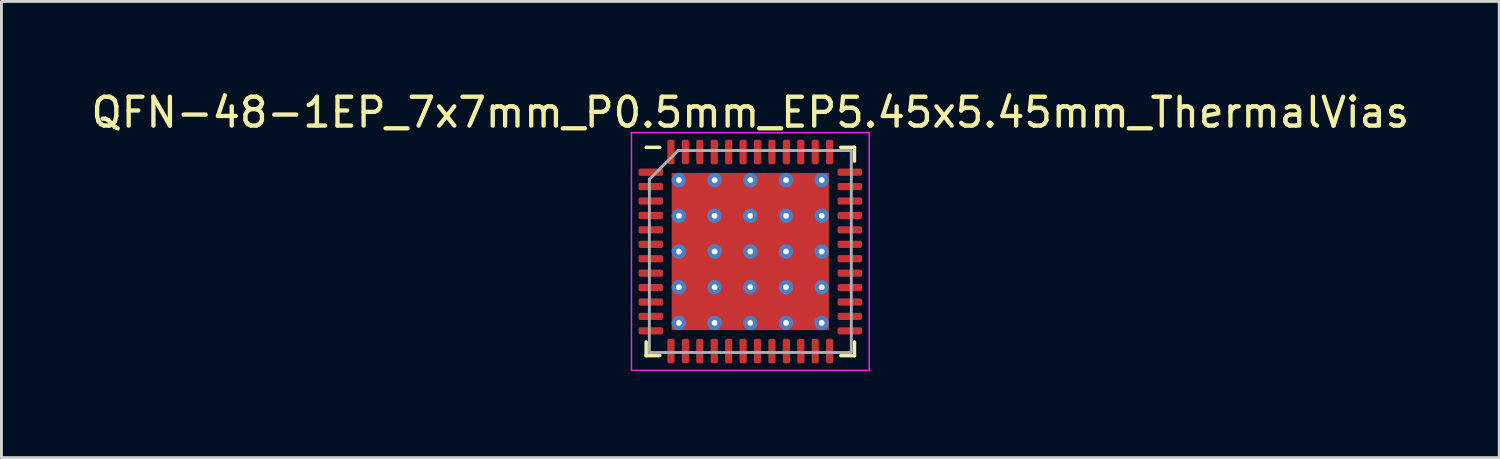
<source format=kicad_pcb>
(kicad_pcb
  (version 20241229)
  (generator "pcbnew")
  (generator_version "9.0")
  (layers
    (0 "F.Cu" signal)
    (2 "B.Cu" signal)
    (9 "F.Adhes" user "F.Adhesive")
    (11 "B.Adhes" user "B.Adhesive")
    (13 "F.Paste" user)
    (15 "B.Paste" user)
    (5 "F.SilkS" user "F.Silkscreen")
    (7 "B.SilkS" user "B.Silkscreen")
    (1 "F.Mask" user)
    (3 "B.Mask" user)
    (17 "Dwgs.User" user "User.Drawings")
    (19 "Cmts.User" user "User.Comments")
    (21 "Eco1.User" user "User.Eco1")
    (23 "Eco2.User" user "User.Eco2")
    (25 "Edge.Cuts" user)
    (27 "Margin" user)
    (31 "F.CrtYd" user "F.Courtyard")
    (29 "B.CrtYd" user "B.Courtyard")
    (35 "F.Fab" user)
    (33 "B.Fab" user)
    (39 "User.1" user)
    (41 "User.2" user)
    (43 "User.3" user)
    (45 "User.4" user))
  (footprint "QFN-48-1EP_7x7mm_P0.5mm_EP5.45x5.45mm_ThermalVias"
    (layer "F.Cu")
    (at 22.958 5.668)
    (property "Reference" "QFN-48-1EP_7x7mm_P0.5mm_EP5.45x5.45mm_ThermalVias" (at 0 -4.82 0) (layer "F.SilkS") (effects (font (size 1 1) (thickness 0.15))))
    (attr smd)
    (fp_line (start -3.61 3.61) (end -3.61 3.135) (stroke (width 0.12) (type solid)) (layer "F.SilkS"))
    (fp_line (start -3.135 -3.61) (end -3.61 -3.61) (stroke (width 0.12) (type solid)) (layer "F.SilkS"))
    (fp_line (start -3.135 3.61) (end -3.61 3.61) (stroke (width 0.12) (type solid)) (layer "F.SilkS"))
    (fp_line (start 3.135 -3.61) (end 3.61 -3.61) (stroke (width 0.12) (type solid)) (layer "F.SilkS"))
    (fp_line (start 3.135 3.61) (end 3.61 3.61) (stroke (width 0.12) (type solid)) (layer "F.SilkS"))
    (fp_line (start 3.61 -3.61) (end 3.61 -3.135) (stroke (width 0.12) (type solid)) (layer "F.SilkS"))
    (fp_line (start 3.61 3.61) (end 3.61 3.135) (stroke (width 0.12) (type solid)) (layer "F.SilkS"))
    (fp_line (start -4.12 -4.12) (end -4.12 4.12) (stroke (width 0.05) (type solid)) (layer "F.CrtYd"))
    (fp_line (start -4.12 4.12) (end 4.12 4.12) (stroke (width 0.05) (type solid)) (layer "F.CrtYd"))
    (fp_line (start 4.12 -4.12) (end -4.12 -4.12) (stroke (width 0.05) (type solid)) (layer "F.CrtYd"))
    (fp_line (start 4.12 4.12) (end 4.12 -4.12) (stroke (width 0.05) (type solid)) (layer "F.CrtYd"))
    (fp_line (start -3.5 -2.5) (end -2.5 -3.5) (stroke (width 0.1) (type solid)) (layer "F.Fab"))
    (fp_line (start -3.5 3.5) (end -3.5 -2.5) (stroke (width 0.1) (type solid)) (layer "F.Fab"))
    (fp_line (start -2.5 -3.5) (end 3.5 -3.5) (stroke (width 0.1) (type solid)) (layer "F.Fab"))
    (fp_line (start 3.5 -3.5) (end 3.5 3.5) (stroke (width 0.1) (type solid)) (layer "F.Fab"))
    (fp_line (start 3.5 3.5) (end -3.5 3.5) (stroke (width 0.1) (type solid)) (layer "F.Fab"))
    (pad "" smd roundrect (at -1.856 -1.856) (size 1.098 1.098) (layers "F.Paste") (roundrect_rratio 0.228))
    (pad "" smd roundrect (at -1.856 -0.619) (size 1.098 1.098) (layers "F.Paste") (roundrect_rratio 0.228))
    (pad "" smd roundrect (at -1.856 0.619) (size 1.098 1.098) (layers "F.Paste") (roundrect_rratio 0.228))
    (pad "" smd roundrect (at -1.856 1.856) (size 1.098 1.098) (layers "F.Paste") (roundrect_rratio 0.228))
    (pad "" smd roundrect (at -0.619 -1.856) (size 1.098 1.098) (layers "F.Paste") (roundrect_rratio 0.228))
    (pad "" smd roundrect (at -0.619 -0.619) (size 1.098 1.098) (layers "F.Paste") (roundrect_rratio 0.228))
    (pad "" smd roundrect (at -0.619 0.619) (size 1.098 1.098) (layers "F.Paste") (roundrect_rratio 0.228))
    (pad "" smd roundrect (at -0.619 1.856) (size 1.098 1.098) (layers "F.Paste") (roundrect_rratio 0.228))
    (pad "" smd roundrect (at 0.619 -1.856) (size 1.098 1.098) (layers "F.Paste") (roundrect_rratio 0.228))
    (pad "" smd roundrect (at 0.619 -0.619) (size 1.098 1.098) (layers "F.Paste") (roundrect_rratio 0.228))
    (pad "" smd roundrect (at 0.619 0.619) (size 1.098 1.098) (layers "F.Paste") (roundrect_rratio 0.228))
    (pad "" smd roundrect (at 0.619 1.856) (size 1.098 1.098) (layers "F.Paste") (roundrect_rratio 0.228))
    (pad "" smd roundrect (at 1.856 -1.856) (size 1.098 1.098) (layers "F.Paste") (roundrect_rratio 0.228))
    (pad "" smd roundrect (at 1.856 -0.619) (size 1.098 1.098) (layers "F.Paste") (roundrect_rratio 0.228))
    (pad "" smd roundrect (at 1.856 0.619) (size 1.098 1.098) (layers "F.Paste") (roundrect_rratio 0.228))
    (pad "" smd roundrect (at 1.856 1.856) (size 1.098 1.098) (layers "F.Paste") (roundrect_rratio 0.228))
    (pad "1" smd roundrect (at -3.45 -2.75) (size 0.85 0.25) (layers "F.Cu" "F.Mask" "F.Paste") (roundrect_rratio 0.25))
    (pad "2" smd roundrect (at -3.45 -2.25) (size 0.85 0.25) (layers "F.Cu" "F.Mask" "F.Paste") (roundrect_rratio 0.25))
    (pad "3" smd roundrect (at -3.45 -1.75) (size 0.85 0.25) (layers "F.Cu" "F.Mask" "F.Paste") (roundrect_rratio 0.25))
    (pad "4" smd roundrect (at -3.45 -1.25) (size 0.85 0.25) (layers "F.Cu" "F.Mask" "F.Paste") (roundrect_rratio 0.25))
    (pad "5" smd roundrect (at -3.45 -0.75) (size 0.85 0.25) (layers "F.Cu" "F.Mask" "F.Paste") (roundrect_rratio 0.25))
    (pad "6" smd roundrect (at -3.45 -0.25) (size 0.85 0.25) (layers "F.Cu" "F.Mask" "F.Paste") (roundrect_rratio 0.25))
    (pad "7" smd roundrect (at -3.45 0.25) (size 0.85 0.25) (layers "F.Cu" "F.Mask" "F.Paste") (roundrect_rratio 0.25))
    (pad "8" smd roundrect (at -3.45 0.75) (size 0.85 0.25) (layers "F.Cu" "F.Mask" "F.Paste") (roundrect_rratio 0.25))
    (pad "9" smd roundrect (at -3.45 1.25) (size 0.85 0.25) (layers "F.Cu" "F.Mask" "F.Paste") (roundrect_rratio 0.25))
    (pad "10" smd roundrect (at -3.45 1.75) (size 0.85 0.25) (layers "F.Cu" "F.Mask" "F.Paste") (roundrect_rratio 0.25))
    (pad "11" smd roundrect (at -3.45 2.25) (size 0.85 0.25) (layers "F.Cu" "F.Mask" "F.Paste") (roundrect_rratio 0.25))
    (pad "12" smd roundrect (at -3.45 2.75) (size 0.85 0.25) (layers "F.Cu" "F.Mask" "F.Paste") (roundrect_rratio 0.25))
    (pad "13" smd roundrect (at -2.75 3.45) (size 0.25 0.85) (layers "F.Cu" "F.Mask" "F.Paste") (roundrect_rratio 0.25))
    (pad "14" smd roundrect (at -2.25 3.45) (size 0.25 0.85) (layers "F.Cu" "F.Mask" "F.Paste") (roundrect_rratio 0.25))
    (pad "15" smd roundrect (at -1.75 3.45) (size 0.25 0.85) (layers "F.Cu" "F.Mask" "F.Paste") (roundrect_rratio 0.25))
    (pad "16" smd roundrect (at -1.25 3.45) (size 0.25 0.85) (layers "F.Cu" "F.Mask" "F.Paste") (roundrect_rratio 0.25))
    (pad "17" smd roundrect (at -0.75 3.45) (size 0.25 0.85) (layers "F.Cu" "F.Mask" "F.Paste") (roundrect_rratio 0.25))
    (pad "18" smd roundrect (at -0.25 3.45) (size 0.25 0.85) (layers "F.Cu" "F.Mask" "F.Paste") (roundrect_rratio 0.25))
    (pad "19" smd roundrect (at 0.25 3.45) (size 0.25 0.85) (layers "F.Cu" "F.Mask" "F.Paste") (roundrect_rratio 0.25))
    (pad "20" smd roundrect (at 0.75 3.45) (size 0.25 0.85) (layers "F.Cu" "F.Mask" "F.Paste") (roundrect_rratio 0.25))
    (pad "21" smd roundrect (at 1.25 3.45) (size 0.25 0.85) (layers "F.Cu" "F.Mask" "F.Paste") (roundrect_rratio 0.25))
    (pad "22" smd roundrect (at 1.75 3.45) (size 0.25 0.85) (layers "F.Cu" "F.Mask" "F.Paste") (roundrect_rratio 0.25))
    (pad "23" smd roundrect (at 2.25 3.45) (size 0.25 0.85) (layers "F.Cu" "F.Mask" "F.Paste") (roundrect_rratio 0.25))
    (pad "24" smd roundrect (at 2.75 3.45) (size 0.25 0.85) (layers "F.Cu" "F.Mask" "F.Paste") (roundrect_rratio 0.25))
    (pad "25" smd roundrect (at 3.45 2.75) (size 0.85 0.25) (layers "F.Cu" "F.Mask" "F.Paste") (roundrect_rratio 0.25))
    (pad "26" smd roundrect (at 3.45 2.25) (size 0.85 0.25) (layers "F.Cu" "F.Mask" "F.Paste") (roundrect_rratio 0.25))
    (pad "27" smd roundrect (at 3.45 1.75) (size 0.85 0.25) (layers "F.Cu" "F.Mask" "F.Paste") (roundrect_rratio 0.25))
    (pad "28" smd roundrect (at 3.45 1.25) (size 0.85 0.25) (layers "F.Cu" "F.Mask" "F.Paste") (roundrect_rratio 0.25))
    (pad "29" smd roundrect (at 3.45 0.75) (size 0.85 0.25) (layers "F.Cu" "F.Mask" "F.Paste") (roundrect_rratio 0.25))
    (pad "30" smd roundrect (at 3.45 0.25) (size 0.85 0.25) (layers "F.Cu" "F.Mask" "F.Paste") (roundrect_rratio 0.25))
    (pad "31" smd roundrect (at 3.45 -0.25) (size 0.85 0.25) (layers "F.Cu" "F.Mask" "F.Paste") (roundrect_rratio 0.25))
    (pad "32" smd roundrect (at 3.45 -0.75) (size 0.85 0.25) (layers "F.Cu" "F.Mask" "F.Paste") (roundrect_rratio 0.25))
    (pad "33" smd roundrect (at 3.45 -1.25) (size 0.85 0.25) (layers "F.Cu" "F.Mask" "F.Paste") (roundrect_rratio 0.25))
    (pad "34" smd roundrect (at 3.45 -1.75) (size 0.85 0.25) (layers "F.Cu" "F.Mask" "F.Paste") (roundrect_rratio 0.25))
    (pad "35" smd roundrect (at 3.45 -2.25) (size 0.85 0.25) (layers "F.Cu" "F.Mask" "F.Paste") (roundrect_rratio 0.25))
    (pad "36" smd roundrect (at 3.45 -2.75) (size 0.85 0.25) (layers "F.Cu" "F.Mask" "F.Paste") (roundrect_rratio 0.25))
    (pad "37" smd roundrect (at 2.75 -3.45) (size 0.25 0.85) (layers "F.Cu" "F.Mask" "F.Paste") (roundrect_rratio 0.25))
    (pad "38" smd roundrect (at 2.25 -3.45) (size 0.25 0.85) (layers "F.Cu" "F.Mask" "F.Paste") (roundrect_rratio 0.25))
    (pad "39" smd roundrect (at 1.75 -3.45) (size 0.25 0.85) (layers "F.Cu" "F.Mask" "F.Paste") (roundrect_rratio 0.25))
    (pad "40" smd roundrect (at 1.25 -3.45) (size 0.25 0.85) (layers "F.Cu" "F.Mask" "F.Paste") (roundrect_rratio 0.25))
    (pad "41" smd roundrect (at 0.75 -3.45) (size 0.25 0.85) (layers "F.Cu" "F.Mask" "F.Paste") (roundrect_rratio 0.25))
    (pad "42" smd roundrect (at 0.25 -3.45) (size 0.25 0.85) (layers "F.Cu" "F.Mask" "F.Paste") (roundrect_rratio 0.25))
    (pad "43" smd roundrect (at -0.25 -3.45) (size 0.25 0.85) (layers "F.Cu" "F.Mask" "F.Paste") (roundrect_rratio 0.25))
    (pad "44" smd roundrect (at -0.75 -3.45) (size 0.25 0.85) (layers "F.Cu" "F.Mask" "F.Paste") (roundrect_rratio 0.25))
    (pad "45" smd roundrect (at -1.25 -3.45) (size 0.25 0.85) (layers "F.Cu" "F.Mask" "F.Paste") (roundrect_rratio 0.25))
    (pad "46" smd roundrect (at -1.75 -3.45) (size 0.25 0.85) (layers "F.Cu" "F.Mask" "F.Paste") (roundrect_rratio 0.25))
    (pad "47" smd roundrect (at -2.25 -3.45) (size 0.25 0.85) (layers "F.Cu" "F.Mask" "F.Paste") (roundrect_rratio 0.25))
    (pad "48" smd roundrect (at -2.75 -3.45) (size 0.25 0.85) (layers "F.Cu" "F.Mask" "F.Paste") (roundrect_rratio 0.25))
    (pad "49" thru_hole circle (at -2.475 -2.475) (size 0.5 0.5) (drill 0.2) (property pad_prop_heatsink) (layers "*.Cu") (remove_unused_layers yes) (keep_end_layers yes) (zone_layer_connections))
    (pad "49" thru_hole circle (at -2.475 -1.238) (size 0.5 0.5) (drill 0.2) (property pad_prop_heatsink) (layers "*.Cu") (remove_unused_layers yes) (keep_end_layers yes) (zone_layer_connections))
    (pad "49" thru_hole circle (at -2.475 0) (size 0.5 0.5) (drill 0.2) (property pad_prop_heatsink) (layers "*.Cu") (remove_unused_layers yes) (keep_end_layers yes) (zone_layer_connections))
    (pad "49" thru_hole circle (at -2.475 1.238) (size 0.5 0.5) (drill 0.2) (property pad_prop_heatsink) (layers "*.Cu") (remove_unused_layers yes) (keep_end_layers yes) (zone_layer_connections))
    (pad "49" thru_hole circle (at -2.475 2.475) (size 0.5 0.5) (drill 0.2) (property pad_prop_heatsink) (layers "*.Cu") (remove_unused_layers yes) (keep_end_layers yes) (zone_layer_connections))
    (pad "49" thru_hole circle (at -1.238 -2.475) (size 0.5 0.5) (drill 0.2) (property pad_prop_heatsink) (layers "*.Cu") (remove_unused_layers yes) (keep_end_layers yes) (zone_layer_connections))
    (pad "49" thru_hole circle (at -1.238 -1.238) (size 0.5 0.5) (drill 0.2) (property pad_prop_heatsink) (layers "*.Cu") (remove_unused_layers yes) (keep_end_layers yes) (zone_layer_connections))
    (pad "49" thru_hole circle (at -1.238 0) (size 0.5 0.5) (drill 0.2) (property pad_prop_heatsink) (layers "*.Cu") (remove_unused_layers yes) (keep_end_layers yes) (zone_layer_connections))
    (pad "49" thru_hole circle (at -1.238 1.238) (size 0.5 0.5) (drill 0.2) (property pad_prop_heatsink) (layers "*.Cu") (remove_unused_layers yes) (keep_end_layers yes) (zone_layer_connections))
    (pad "49" thru_hole circle (at -1.238 2.475) (size 0.5 0.5) (drill 0.2) (property pad_prop_heatsink) (layers "*.Cu") (remove_unused_layers yes) (keep_end_layers yes) (zone_layer_connections))
    (pad "49" thru_hole circle (at 0 -2.475) (size 0.5 0.5) (drill 0.2) (property pad_prop_heatsink) (layers "*.Cu") (remove_unused_layers yes) (keep_end_layers yes) (zone_layer_connections))
    (pad "49" thru_hole circle (at 0 -1.238) (size 0.5 0.5) (drill 0.2) (property pad_prop_heatsink) (layers "*.Cu") (remove_unused_layers yes) (keep_end_layers yes) (zone_layer_connections))
    (pad "49" thru_hole circle (at 0 0) (size 0.5 0.5) (drill 0.2) (property pad_prop_heatsink) (layers "*.Cu") (remove_unused_layers yes) (keep_end_layers yes) (zone_layer_connections))
    (pad "49" smd custom (at 0 0) (size 5.45 5.45) (layers "F.Cu" "F.Mask") (options (anchor rect)) (primitives (gr_bbox (start -0.75 -0.75) (end 0.75 0.75) (fill no))))
    (pad "49" thru_hole circle (at 0 1.238) (size 0.5 0.5) (drill 0.2) (property pad_prop_heatsink) (layers "*.Cu") (remove_unused_layers yes) (keep_end_layers yes) (zone_layer_connections))
    (pad "49" thru_hole circle (at 0 2.475) (size 0.5 0.5) (drill 0.2) (property pad_prop_heatsink) (layers "*.Cu") (remove_unused_layers yes) (keep_end_layers yes) (zone_layer_connections))
    (pad "49" thru_hole circle (at 1.238 -2.475) (size 0.5 0.5) (drill 0.2) (property pad_prop_heatsink) (layers "*.Cu") (remove_unused_layers yes) (keep_end_layers yes) (zone_layer_connections))
    (pad "49" thru_hole circle (at 1.238 -1.238) (size 0.5 0.5) (drill 0.2) (property pad_prop_heatsink) (layers "*.Cu") (remove_unused_layers yes) (keep_end_layers yes) (zone_layer_connections))
    (pad "49" thru_hole circle (at 1.238 0) (size 0.5 0.5) (drill 0.2) (property pad_prop_heatsink) (layers "*.Cu") (remove_unused_layers yes) (keep_end_layers yes) (zone_layer_connections))
    (pad "49" thru_hole circle (at 1.238 1.238) (size 0.5 0.5) (drill 0.2) (property pad_prop_heatsink) (layers "*.Cu") (remove_unused_layers yes) (keep_end_layers yes) (zone_layer_connections))
    (pad "49" thru_hole circle (at 1.238 2.475) (size 0.5 0.5) (drill 0.2) (property pad_prop_heatsink) (layers "*.Cu") (remove_unused_layers yes) (keep_end_layers yes) (zone_layer_connections))
    (pad "49" thru_hole circle (at 2.475 -2.475) (size 0.5 0.5) (drill 0.2) (property pad_prop_heatsink) (layers "*.Cu") (remove_unused_layers yes) (keep_end_layers yes) (zone_layer_connections))
    (pad "49" thru_hole circle (at 2.475 -1.238) (size 0.5 0.5) (drill 0.2) (property pad_prop_heatsink) (layers "*.Cu") (remove_unused_layers yes) (keep_end_layers yes) (zone_layer_connections))
    (pad "49" thru_hole circle (at 2.475 0) (size 0.5 0.5) (drill 0.2) (property pad_prop_heatsink) (layers "*.Cu") (remove_unused_layers yes) (keep_end_layers yes) (zone_layer_connections))
    (pad "49" thru_hole circle (at 2.475 1.238) (size 0.5 0.5) (drill 0.2) (property pad_prop_heatsink) (layers "*.Cu") (remove_unused_layers yes) (keep_end_layers yes) (zone_layer_connections))
    (pad "49" thru_hole circle (at 2.475 2.475) (size 0.5 0.5) (drill 0.2) (property pad_prop_heatsink) (layers "*.Cu") (remove_unused_layers yes) (keep_end_layers yes) (zone_layer_connections)))
  (gr_rect
    (start -3 -3)
    (end 48.917 12.813)
    (stroke (width 0.1) (type default))
    (fill no)
    (layer "Edge.Cuts")))
</source>
